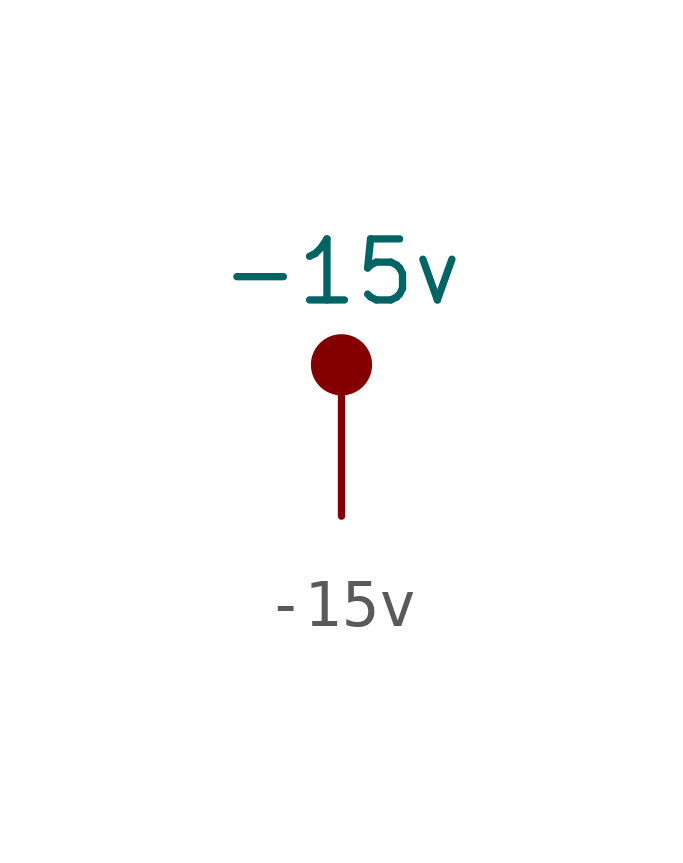
<source format=kicad_sym>
(kicad_symbol_lib
  (version 20231120)
  (generator "kicad_symbol_editor")
  (generator_version "8.0")
  (symbol "-15v"
    (power)
    (pin_numbers hide)
    (pin_names hide)
    (property "Reference" "#PWR"
      (at 4.724 3.708 0)
      (effects (font (size 1.27 1.27)) (hide yes)))
    (property "Value" "-15v"
      (at 0 3.81 0)
      (effects (font (size 1.27 1.27))))
    (symbol "-15v_1_1"
      (circle (center 0 1.88) (radius 0.561) (stroke (width 0) (type default)) (fill (type outline)))
      (pin power_in line (at 0 -1.27 90) (length 2.54) (name "-15v" (effects (font (size 1.27 1.27)))) (number "~" (effects (font (size 1.27 1.27))))))))
</source>
